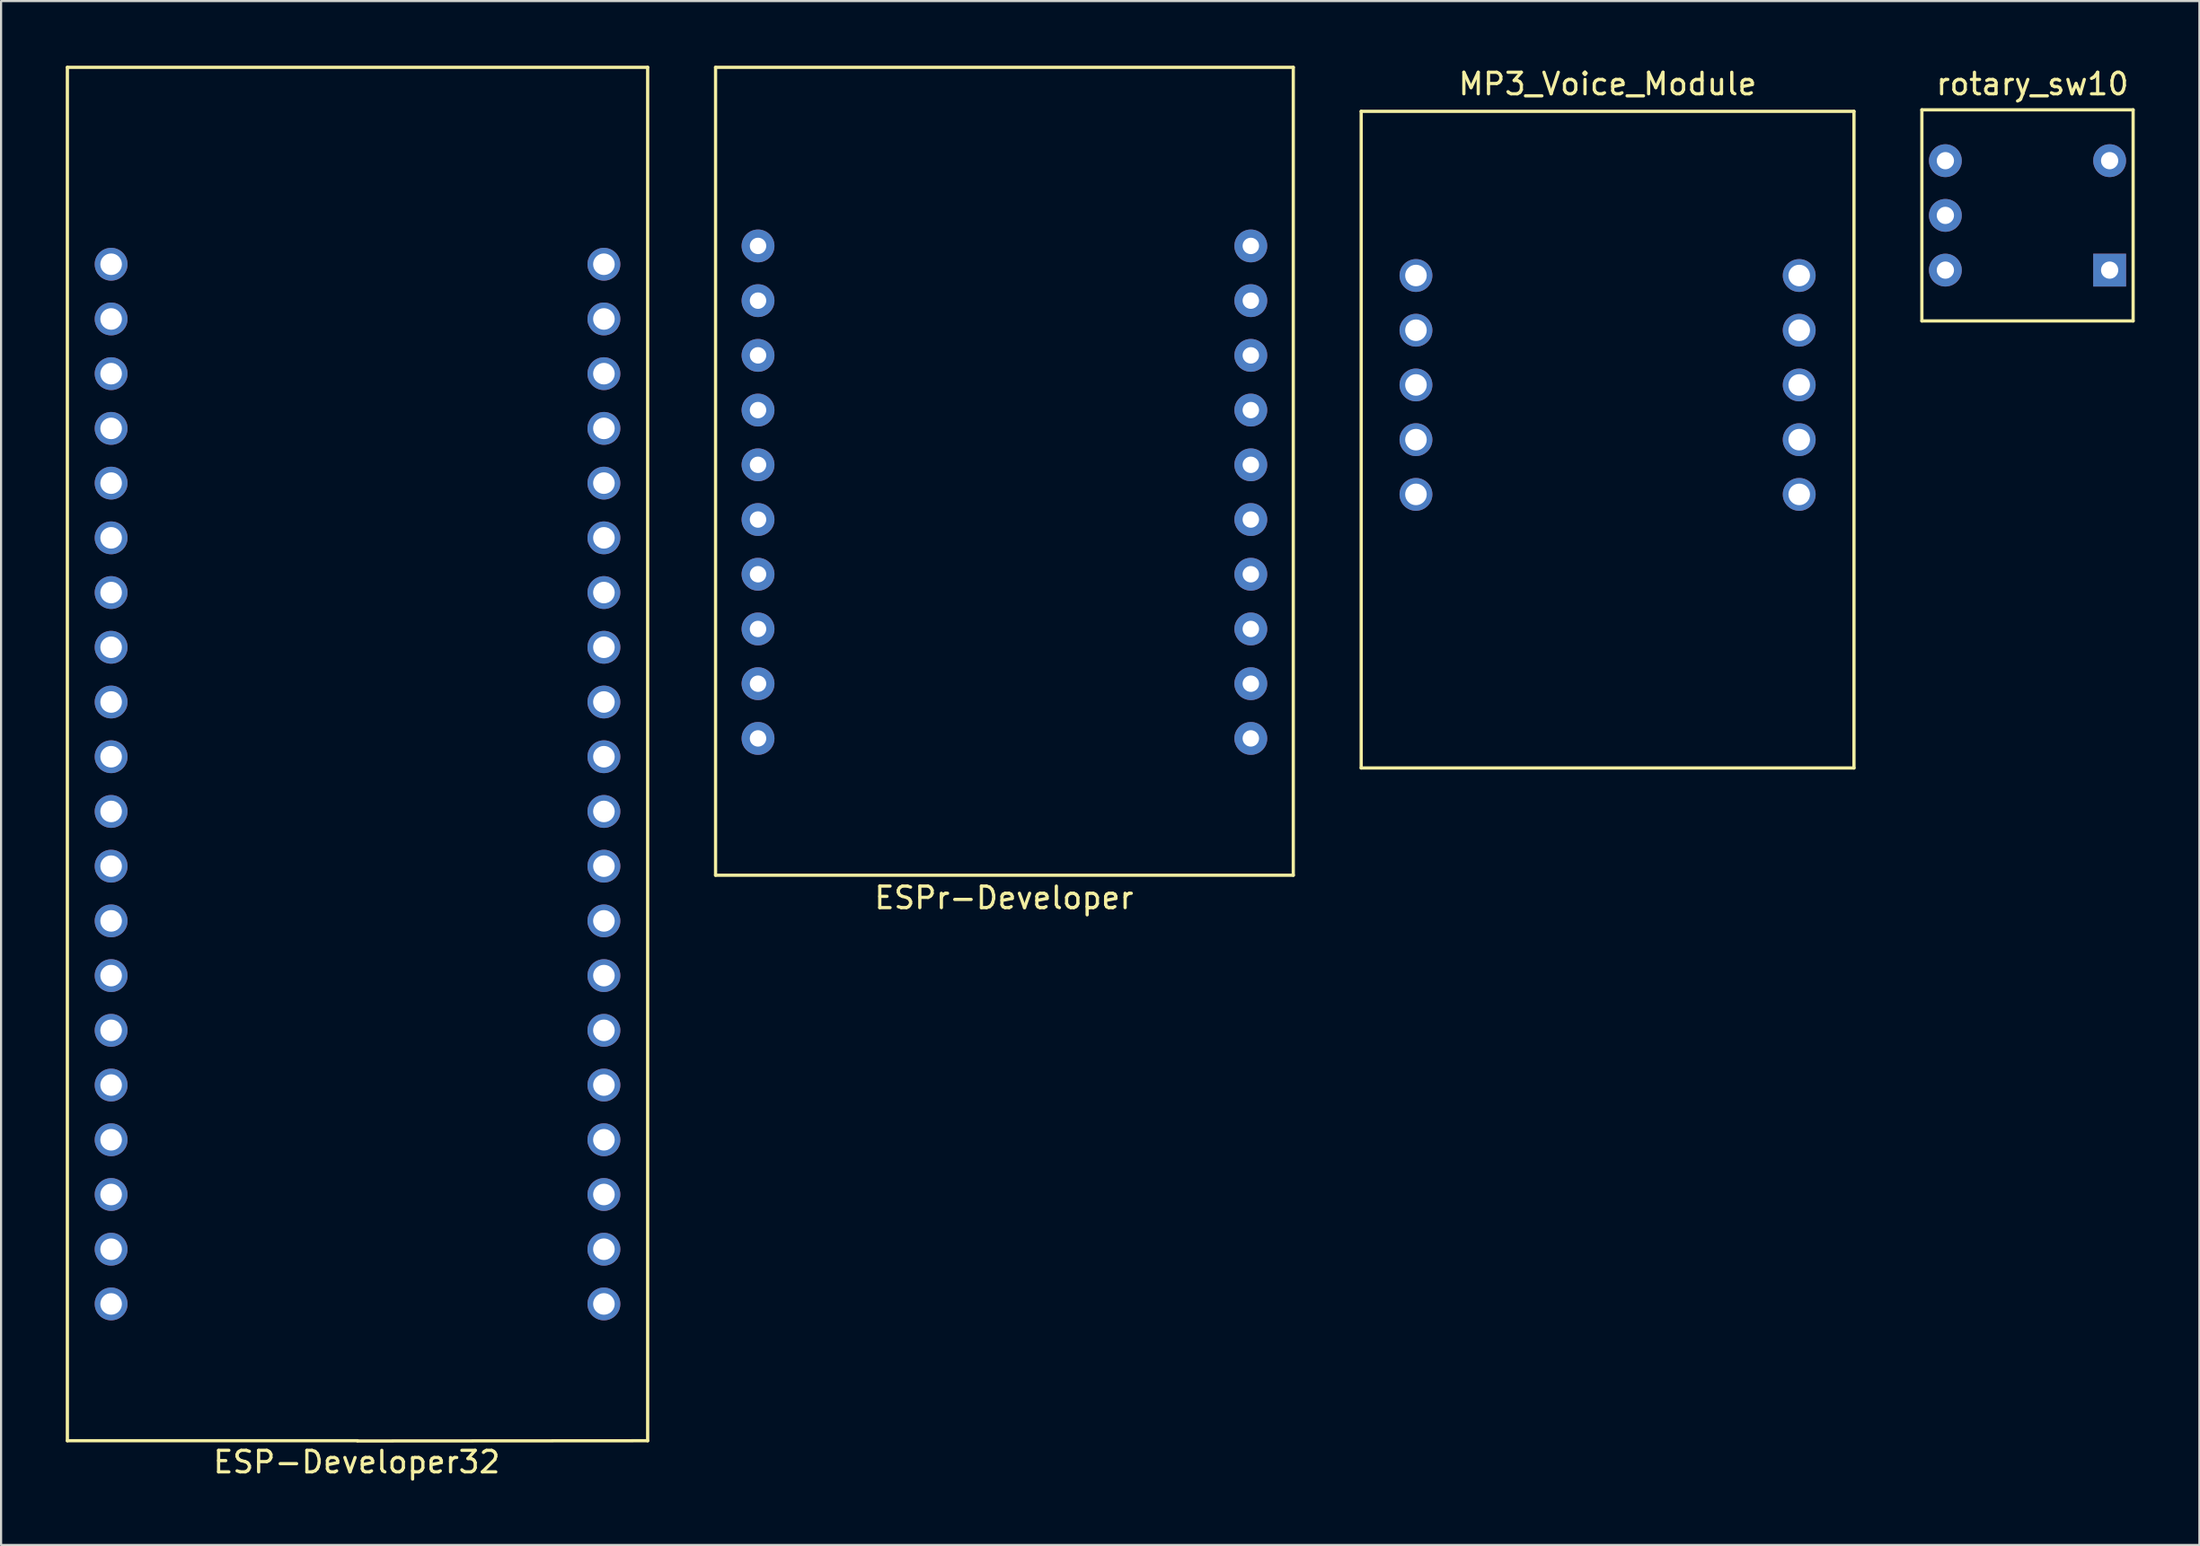
<source format=kicad_pcb>
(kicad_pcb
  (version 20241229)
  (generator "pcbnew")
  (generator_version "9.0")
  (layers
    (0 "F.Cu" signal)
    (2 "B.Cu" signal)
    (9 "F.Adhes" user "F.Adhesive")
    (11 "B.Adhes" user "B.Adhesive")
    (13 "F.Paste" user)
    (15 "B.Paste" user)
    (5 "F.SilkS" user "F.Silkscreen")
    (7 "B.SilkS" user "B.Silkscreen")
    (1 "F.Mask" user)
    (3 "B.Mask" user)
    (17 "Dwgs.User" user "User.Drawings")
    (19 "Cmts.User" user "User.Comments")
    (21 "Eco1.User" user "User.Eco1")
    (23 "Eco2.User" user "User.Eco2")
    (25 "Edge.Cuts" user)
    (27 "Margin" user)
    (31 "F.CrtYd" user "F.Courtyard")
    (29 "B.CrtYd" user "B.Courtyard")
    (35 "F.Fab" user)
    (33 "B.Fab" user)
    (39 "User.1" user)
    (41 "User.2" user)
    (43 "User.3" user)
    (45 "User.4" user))
  (footprint "MP3_Voice_Module"
    (layer "F.Cu")
    (at 71.525 14.818)
    (property "Reference" "MP3_Voice_Module" (at 0 -13.97 0) (layer "F.SilkS") (effects (font (size 1 1) (thickness 0.15))))
    (attr through_hole)
    (fp_line (start -11.43 -12.7) (end 11.43 -12.7) (stroke (width 0.15) (type solid)) (layer "F.SilkS"))
    (fp_line (start -11.43 17.78) (end -11.43 -12.7) (stroke (width 0.15) (type solid)) (layer "F.SilkS"))
    (fp_line (start 11.43 -12.7) (end 11.43 17.78) (stroke (width 0.15) (type solid)) (layer "F.SilkS"))
    (fp_line (start 11.43 17.78) (end -11.43 17.78) (stroke (width 0.15) (type solid)) (layer "F.SilkS"))
    (pad "1" thru_hole circle (at -8.89 -5.08) (size 1.524 1.524) (drill 1) (layers "*.Cu" "*.Mask"))
    (pad "2" thru_hole circle (at -8.89 -2.54) (size 1.524 1.524) (drill 1) (layers "*.Cu" "*.Mask"))
    (pad "3" thru_hole circle (at -8.89 0) (size 1.524 1.524) (drill 1) (layers "*.Cu" "*.Mask"))
    (pad "4" thru_hole circle (at -8.89 2.54) (size 1.524 1.524) (drill 1) (layers "*.Cu" "*.Mask"))
    (pad "5" thru_hole circle (at -8.89 5.08) (size 1.524 1.524) (drill 1) (layers "*.Cu" "*.Mask"))
    (pad "6" thru_hole circle (at 8.89 5.08) (size 1.524 1.524) (drill 1) (layers "*.Cu" "*.Mask"))
    (pad "7" thru_hole circle (at 8.89 2.54) (size 1.524 1.524) (drill 1) (layers "*.Cu" "*.Mask"))
    (pad "8" thru_hole circle (at 8.89 0) (size 1.524 1.524) (drill 1) (layers "*.Cu" "*.Mask"))
    (pad "9" thru_hole circle (at 8.89 -2.54) (size 1.524 1.524) (drill 1) (layers "*.Cu" "*.Mask"))
    (pad "10" thru_hole circle (at 8.89 -5.08) (size 1.524 1.524) (drill 1) (layers "*.Cu" "*.Mask")))
  (footprint "ESPr-Developer"
    (layer "F.Cu")
    (at 43.535 18.325)
    (property "Reference" "ESPr-Developer" (at -0.01 20.3 0) (layer "F.SilkS") (effects (font (size 1 1) (thickness 0.15))))
    (attr through_hole)
    (fp_line (start -13.39 -18.25) (end 13.41 -18.25) (stroke (width 0.15) (type solid)) (layer "F.SilkS"))
    (fp_line (start -13.39 19.25) (end -13.39 -18.25) (stroke (width 0.15) (type solid)) (layer "F.SilkS"))
    (fp_line (start 13.41 -18.25) (end 13.41 19.25) (stroke (width 0.15) (type solid)) (layer "F.SilkS"))
    (fp_line (start 13.41 19.25) (end -13.39 19.25) (stroke (width 0.15) (type solid)) (layer "F.SilkS"))
    (pad "1" thru_hole circle (at -11.42 -9.96) (size 1.524 1.524) (drill 0.762) (layers "*.Cu" "*.Mask"))
    (pad "2" thru_hole circle (at -11.42 -7.42) (size 1.524 1.524) (drill 0.762) (layers "*.Cu" "*.Mask"))
    (pad "3" thru_hole circle (at -11.42 -4.88) (size 1.524 1.524) (drill 0.762) (layers "*.Cu" "*.Mask"))
    (pad "4" thru_hole circle (at -11.42 -2.34) (size 1.524 1.524) (drill 0.762) (layers "*.Cu" "*.Mask"))
    (pad "5" thru_hole circle (at -11.42 0.2) (size 1.524 1.524) (drill 0.762) (layers "*.Cu" "*.Mask"))
    (pad "6" thru_hole circle (at -11.42 2.74) (size 1.524 1.524) (drill 0.762) (layers "*.Cu" "*.Mask"))
    (pad "7" thru_hole circle (at -11.42 5.28) (size 1.524 1.524) (drill 0.762) (layers "*.Cu" "*.Mask"))
    (pad "8" thru_hole circle (at -11.42 7.82) (size 1.524 1.524) (drill 0.762) (layers "*.Cu" "*.Mask"))
    (pad "9" thru_hole circle (at -11.42 10.36) (size 1.524 1.524) (drill 0.762) (layers "*.Cu" "*.Mask"))
    (pad "10" thru_hole circle (at -11.42 12.9) (size 1.524 1.524) (drill 0.762) (layers "*.Cu" "*.Mask"))
    (pad "11" thru_hole circle (at 11.44 -9.96) (size 1.524 1.524) (drill 0.762) (layers "*.Cu" "*.Mask"))
    (pad "12" thru_hole circle (at 11.44 -7.42) (size 1.524 1.524) (drill 0.762) (layers "*.Cu" "*.Mask"))
    (pad "13" thru_hole circle (at 11.44 -4.88) (size 1.524 1.524) (drill 0.762) (layers "*.Cu" "*.Mask"))
    (pad "14" thru_hole circle (at 11.44 -2.34) (size 1.524 1.524) (drill 0.762) (layers "*.Cu" "*.Mask"))
    (pad "15" thru_hole circle (at 11.44 0.2) (size 1.524 1.524) (drill 0.762) (layers "*.Cu" "*.Mask"))
    (pad "16" thru_hole circle (at 11.44 2.74) (size 1.524 1.524) (drill 0.762) (layers "*.Cu" "*.Mask"))
    (pad "17" thru_hole circle (at 11.44 5.28) (size 1.524 1.524) (drill 0.762) (layers "*.Cu" "*.Mask"))
    (pad "18" thru_hole circle (at 11.44 7.82) (size 1.524 1.524) (drill 0.762) (layers "*.Cu" "*.Mask"))
    (pad "19" thru_hole circle (at 11.44 10.36) (size 1.524 1.524) (drill 0.762) (layers "*.Cu" "*.Mask"))
    (pad "20" thru_hole circle (at 11.44 12.9) (size 1.524 1.524) (drill 0.762) (layers "*.Cu" "*.Mask")))
  (footprint "ESP-Developer32"
    (layer "F.Cu")
    (at 13.535 28.795)
    (property "Reference" "ESP-Developer32" (at -0.04 36.02 0) (layer "F.SilkS") (effects (font (size 1 1) (thickness 0.15))))
    (attr through_hole)
    (fp_line (start -13.46 -28.72) (end 13.46 -28.72) (stroke (width 0.15) (type solid)) (layer "F.SilkS"))
    (fp_line (start -13.46 35.03) (end -13.46 -28.72) (stroke (width 0.15) (type solid)) (layer "F.SilkS"))
    (fp_line (start 0 35.03) (end -13.46 35.03) (stroke (width 0.15) (type solid)) (layer "F.SilkS"))
    (fp_line (start 13.46 -28.72) (end 13.46 35.03) (stroke (width 0.15) (type solid)) (layer "F.SilkS"))
    (fp_line (start 13.46 35.03) (end 0 35.04) (stroke (width 0.15) (type solid)) (layer "F.SilkS"))
    (pad "1" thru_hole circle (at -11.43 -19.58) (size 1.524 1.524) (drill 1) (layers "*.Cu" "*.Mask"))
    (pad "2" thru_hole circle (at -11.43 -17.04) (size 1.524 1.524) (drill 1) (layers "*.Cu" "*.Mask"))
    (pad "3" thru_hole circle (at -11.43 -14.5) (size 1.524 1.524) (drill 1) (layers "*.Cu" "*.Mask"))
    (pad "4" thru_hole circle (at -11.43 -11.96) (size 1.524 1.524) (drill 1) (layers "*.Cu" "*.Mask"))
    (pad "5" thru_hole circle (at -11.43 -9.42) (size 1.524 1.524) (drill 1) (layers "*.Cu" "*.Mask"))
    (pad "6" thru_hole circle (at -11.43 -6.88) (size 1.524 1.524) (drill 1) (layers "*.Cu" "*.Mask"))
    (pad "7" thru_hole circle (at -11.43 -4.34) (size 1.524 1.524) (drill 1) (layers "*.Cu" "*.Mask"))
    (pad "8" thru_hole circle (at -11.43 -1.8) (size 1.524 1.524) (drill 1) (layers "*.Cu" "*.Mask"))
    (pad "9" thru_hole circle (at -11.43 0.74) (size 1.524 1.524) (drill 1) (layers "*.Cu" "*.Mask"))
    (pad "10" thru_hole circle (at -11.43 3.28) (size 1.524 1.524) (drill 1) (layers "*.Cu" "*.Mask"))
    (pad "11" thru_hole circle (at -11.43 5.82) (size 1.524 1.524) (drill 1) (layers "*.Cu" "*.Mask"))
    (pad "12" thru_hole circle (at -11.43 8.36) (size 1.524 1.524) (drill 1) (layers "*.Cu" "*.Mask"))
    (pad "13" thru_hole circle (at -11.43 10.9) (size 1.524 1.524) (drill 1) (layers "*.Cu" "*.Mask"))
    (pad "14" thru_hole circle (at -11.43 13.44) (size 1.524 1.524) (drill 1) (layers "*.Cu" "*.Mask"))
    (pad "15" thru_hole circle (at -11.43 15.98) (size 1.524 1.524) (drill 1) (layers "*.Cu" "*.Mask"))
    (pad "16" thru_hole circle (at -11.43 18.52) (size 1.524 1.524) (drill 1) (layers "*.Cu" "*.Mask"))
    (pad "17" thru_hole circle (at -11.43 21.06) (size 1.524 1.524) (drill 1) (layers "*.Cu" "*.Mask"))
    (pad "18" thru_hole circle (at -11.43 23.6) (size 1.524 1.524) (drill 1) (layers "*.Cu" "*.Mask"))
    (pad "19" thru_hole circle (at -11.43 26.14) (size 1.524 1.524) (drill 1) (layers "*.Cu" "*.Mask"))
    (pad "20" thru_hole circle (at -11.43 28.68) (size 1.524 1.524) (drill 1) (layers "*.Cu" "*.Mask"))
    (pad "21" thru_hole circle (at 11.43 28.68) (size 1.524 1.524) (drill 1) (layers "*.Cu" "*.Mask"))
    (pad "22" thru_hole circle (at 11.43 26.14) (size 1.524 1.524) (drill 1) (layers "*.Cu" "*.Mask"))
    (pad "23" thru_hole circle (at 11.43 23.6) (size 1.524 1.524) (drill 1) (layers "*.Cu" "*.Mask"))
    (pad "24" thru_hole circle (at 11.43 21.06) (size 1.524 1.524) (drill 1) (layers "*.Cu" "*.Mask"))
    (pad "25" thru_hole circle (at 11.43 18.52) (size 1.524 1.524) (drill 1) (layers "*.Cu" "*.Mask"))
    (pad "26" thru_hole circle (at 11.43 15.98) (size 1.524 1.524) (drill 1) (layers "*.Cu" "*.Mask"))
    (pad "27" thru_hole circle (at 11.43 13.44) (size 1.524 1.524) (drill 1) (layers "*.Cu" "*.Mask"))
    (pad "28" thru_hole circle (at 11.43 10.9) (size 1.524 1.524) (drill 1) (layers "*.Cu" "*.Mask"))
    (pad "29" thru_hole circle (at 11.43 8.36) (size 1.524 1.524) (drill 1) (layers "*.Cu" "*.Mask"))
    (pad "30" thru_hole circle (at 11.43 5.82) (size 1.524 1.524) (drill 1) (layers "*.Cu" "*.Mask"))
    (pad "31" thru_hole circle (at 11.43 3.28) (size 1.524 1.524) (drill 1) (layers "*.Cu" "*.Mask"))
    (pad "32" thru_hole circle (at 11.43 0.74) (size 1.524 1.524) (drill 1) (layers "*.Cu" "*.Mask"))
    (pad "33" thru_hole circle (at 11.43 -1.8) (size 1.524 1.524) (drill 1) (layers "*.Cu" "*.Mask"))
    (pad "34" thru_hole circle (at 11.43 -4.34) (size 1.524 1.524) (drill 1) (layers "*.Cu" "*.Mask"))
    (pad "35" thru_hole circle (at 11.43 -6.88) (size 1.524 1.524) (drill 1) (layers "*.Cu" "*.Mask"))
    (pad "36" thru_hole circle (at 11.43 -9.42) (size 1.524 1.524) (drill 1) (layers "*.Cu" "*.Mask"))
    (pad "37" thru_hole circle (at 11.43 -11.96) (size 1.524 1.524) (drill 1) (layers "*.Cu" "*.Mask"))
    (pad "38" thru_hole circle (at 11.43 -14.5) (size 1.524 1.524) (drill 1) (layers "*.Cu" "*.Mask"))
    (pad "39" thru_hole circle (at 11.43 -17.04) (size 1.524 1.524) (drill 1) (layers "*.Cu" "*.Mask"))
    (pad "40" thru_hole circle (at 11.43 -19.58) (size 1.524 1.524) (drill 1) (layers "*.Cu" "*.Mask")))
  (footprint "rotary_sw10"
    (layer "F.Cu")
    (at 92.275 6.948)
    (property "Reference" "rotary_sw10" (at -1.04 -6.1 0) (layer "F.SilkS") (effects (font (size 1 1) (thickness 0.15))))
    (attr through_hole)
    (fp_line (start -6.17 -4.9) (end 3.63 -4.9) (stroke (width 0.15) (type solid)) (layer "F.SilkS"))
    (fp_line (start -6.17 4.9) (end -6.17 -4.9) (stroke (width 0.15) (type solid)) (layer "F.SilkS"))
    (fp_line (start 3.63 -4.9) (end 3.63 4.9) (stroke (width 0.15) (type solid)) (layer "F.SilkS"))
    (fp_line (start 3.63 4.9) (end -6.17 4.9) (stroke (width 0.15) (type solid)) (layer "F.SilkS"))
    (pad "1" thru_hole rect (at 2.54 2.54) (size 1.524 1.524) (drill 0.8) (layers "*.Cu" "*.Mask"))
    (pad "2" thru_hole circle (at 2.54 -2.54) (size 1.524 1.524) (drill 0.8) (layers "*.Cu" "*.Mask"))
    (pad "4" thru_hole circle (at -5.08 2.54) (size 1.524 1.524) (drill 0.8) (layers "*.Cu" "*.Mask"))
    (pad "8" thru_hole circle (at -5.08 -2.54) (size 1.524 1.524) (drill 0.8) (layers "*.Cu" "*.Mask"))
    (pad "C" thru_hole circle (at -5.08 0) (size 1.524 1.524) (drill 0.8) (layers "*.Cu" "*.Mask")))
  (gr_rect
    (start -3 -3)
    (end 98.98 68.663)
    (stroke (width 0.1) (type default))
    (fill no)
    (layer "Edge.Cuts")))
</source>
